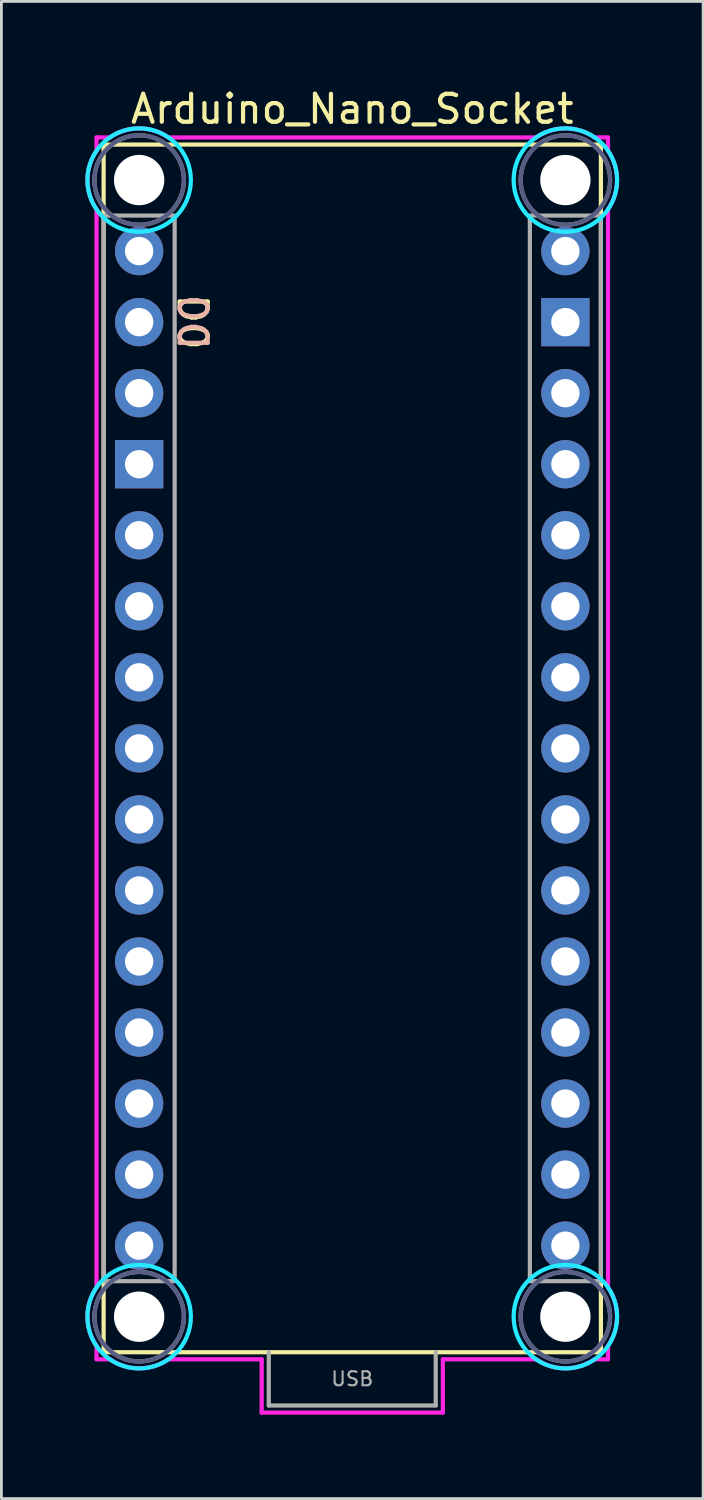
<source format=kicad_pcb>
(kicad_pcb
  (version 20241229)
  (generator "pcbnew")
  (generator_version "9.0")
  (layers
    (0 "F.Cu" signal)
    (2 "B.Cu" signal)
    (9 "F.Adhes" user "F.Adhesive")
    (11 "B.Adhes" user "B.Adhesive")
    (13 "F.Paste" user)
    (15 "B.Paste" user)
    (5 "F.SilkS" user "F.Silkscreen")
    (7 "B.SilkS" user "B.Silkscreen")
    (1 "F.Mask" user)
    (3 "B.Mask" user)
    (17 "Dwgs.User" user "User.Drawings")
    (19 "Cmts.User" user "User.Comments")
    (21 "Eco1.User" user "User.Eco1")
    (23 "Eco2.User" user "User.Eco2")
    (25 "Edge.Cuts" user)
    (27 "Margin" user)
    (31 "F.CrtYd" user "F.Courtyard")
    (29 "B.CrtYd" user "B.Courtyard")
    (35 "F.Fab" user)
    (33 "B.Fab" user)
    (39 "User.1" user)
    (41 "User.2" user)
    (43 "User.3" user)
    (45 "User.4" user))
  (footprint "Arduino_Nano_Socket"
    (layer "F.Cu")
    (at 9.545 45.298)
    (property "Reference" "Arduino_Nano_Socket" (at 0 -44.45 0) (layer "F.SilkS") (effects (font (size 1 1) (thickness 0.15))))
    (attr through_hole)
    (fp_line (start -8.89 -43.18) (end -8.89 0) (stroke (width 0.15) (type solid)) (layer "F.SilkS"))
    (fp_line (start -8.89 -43.18) (end 8.89 -43.18) (stroke (width 0.15) (type solid)) (layer "F.SilkS"))
    (fp_line (start -8.89 0) (end 8.89 0) (stroke (width 0.15) (type solid)) (layer "F.SilkS"))
    (fp_line (start 8.89 -43.18) (end 8.89 0) (stroke (width 0.15) (type solid)) (layer "F.SilkS"))
    (fp_circle (center -7.62 -41.91) (end -5.77 -41.91) (stroke (width 0.15) (type solid)) (fill no) (layer "B.CrtYd"))
    (fp_circle (center -7.62 -1.27) (end -5.77 -1.27) (stroke (width 0.15) (type solid)) (fill no) (layer "B.CrtYd"))
    (fp_circle (center 7.62 -41.91) (end 9.47 -41.91) (stroke (width 0.15) (type solid)) (fill no) (layer "B.CrtYd"))
    (fp_circle (center 7.62 -1.27) (end 9.47 -1.27) (stroke (width 0.15) (type solid)) (fill no) (layer "B.CrtYd"))
    (fp_line (start -9.144 -43.434) (end -8.661 -43.434) (stroke (width 0.15) (type solid)) (layer "F.CrtYd"))
    (fp_line (start -9.144 -42.951) (end -9.144 -43.434) (stroke (width 0.15) (type solid)) (layer "F.CrtYd"))
    (fp_line (start -9.144 -2.311) (end -9.144 -40.869) (stroke (width 0.15) (type solid)) (layer "F.CrtYd"))
    (fp_line (start -9.144 0.254) (end -9.144 -0.229) (stroke (width 0.15) (type solid)) (layer "F.CrtYd"))
    (fp_line (start -8.661 0.254) (end -9.144 0.254) (stroke (width 0.15) (type solid)) (layer "F.CrtYd"))
    (fp_line (start -6.579 -43.434) (end 6.579 -43.434) (stroke (width 0.15) (type solid)) (layer "F.CrtYd"))
    (fp_line (start -3.239 0.254) (end -6.579 0.254) (stroke (width 0.15) (type solid)) (layer "F.CrtYd"))
    (fp_line (start -3.239 0.254) (end -3.239 2.159) (stroke (width 0.15) (type solid)) (layer "F.CrtYd"))
    (fp_line (start 3.239 0.254) (end 3.239 2.159) (stroke (width 0.15) (type solid)) (layer "F.CrtYd"))
    (fp_line (start 3.239 2.159) (end -3.239 2.159) (stroke (width 0.15) (type solid)) (layer "F.CrtYd"))
    (fp_line (start 6.579 0.254) (end 3.239 0.254) (stroke (width 0.15) (type solid)) (layer "F.CrtYd"))
    (fp_line (start 8.661 -43.434) (end 9.144 -43.434) (stroke (width 0.15) (type solid)) (layer "F.CrtYd"))
    (fp_line (start 9.144 -43.434) (end 9.144 -42.951) (stroke (width 0.15) (type solid)) (layer "F.CrtYd"))
    (fp_line (start 9.144 -40.869) (end 9.144 -2.311) (stroke (width 0.15) (type solid)) (layer "F.CrtYd"))
    (fp_line (start 9.144 -0.229) (end 9.144 0.254) (stroke (width 0.15) (type solid)) (layer "F.CrtYd"))
    (fp_line (start 9.144 0.254) (end 8.661 0.254) (stroke (width 0.15) (type solid)) (layer "F.CrtYd"))
    (fp_arc (start -9.144 -40.8686) (mid -9.467363 -41.91) (end -9.144 -42.9514) (stroke (width 0.15) (type solid)) (layer "F.CrtYd"))
    (fp_arc (start -9.144 -0.2286) (mid -9.467363 -1.27) (end -9.144 -2.3114) (stroke (width 0.15) (type solid)) (layer "F.CrtYd"))
    (fp_arc (start -8.6614 -43.434) (mid -7.62 -43.757363) (end -6.5786 -43.434) (stroke (width 0.15) (type solid)) (layer "F.CrtYd"))
    (fp_arc (start -6.5786 0.254) (mid -7.62 0.577363) (end -8.6614 0.254) (stroke (width 0.15) (type solid)) (layer "F.CrtYd"))
    (fp_arc (start 6.5786 -43.434) (mid 7.62 -43.757363) (end 8.6614 -43.434) (stroke (width 0.15) (type solid)) (layer "F.CrtYd"))
    (fp_arc (start 8.6614 0.254) (mid 7.62 0.577363) (end 6.5786 0.254) (stroke (width 0.15) (type solid)) (layer "F.CrtYd"))
    (fp_arc (start 9.144 -42.9514) (mid 9.467363 -41.91) (end 9.144 -40.8686) (stroke (width 0.15) (type solid)) (layer "F.CrtYd"))
    (fp_arc (start 9.144 -2.3114) (mid 9.467363 -1.27) (end 9.144 -0.2286) (stroke (width 0.15) (type solid)) (layer "F.CrtYd"))
    (fp_circle (center -7.62 -41.91) (end -6.02 -41.91) (stroke (width 0.15) (type solid)) (fill no) (layer "B.Fab"))
    (fp_circle (center -7.62 -1.27) (end -6.02 -1.27) (stroke (width 0.15) (type solid)) (fill no) (layer "B.Fab"))
    (fp_circle (center 7.62 -41.91) (end 9.22 -41.91) (stroke (width 0.15) (type solid)) (fill no) (layer "B.Fab"))
    (fp_circle (center 7.62 -1.27) (end 9.22 -1.27) (stroke (width 0.15) (type solid)) (fill no) (layer "B.Fab"))
    (fp_line (start -2.985 1.905) (end -2.985 0) (stroke (width 0.15) (type solid)) (layer "F.Fab"))
    (fp_line (start -2.985 1.905) (end 2.985 1.905) (stroke (width 0.15) (type solid)) (layer "F.Fab"))
    (fp_line (start 2.985 1.905) (end 2.985 0) (stroke (width 0.15) (type solid)) (layer "F.Fab"))
    (fp_rect (start -8.89 -40.64) (end -6.35 -2.54) (stroke (width 0.15) (type solid)) (fill no) (layer "F.Fab"))
    (fp_rect (start 6.35 -40.64) (end 8.89 -2.54) (stroke (width 0.15) (type solid)) (fill no) (layer "F.Fab"))
    (fp_circle (center -7.62 -41.91) (end -6.02 -41.91) (stroke (width 0.15) (type solid)) (fill no) (layer "F.Fab"))
    (fp_circle (center -7.62 -1.27) (end -6.02 -1.27) (stroke (width 0.15) (type solid)) (fill no) (layer "F.Fab"))
    (fp_circle (center 7.62 -41.91) (end 9.22 -41.91) (stroke (width 0.15) (type solid)) (fill no) (layer "F.Fab"))
    (fp_circle (center 7.62 -1.27) (end 9.22 -1.27) (stroke (width 0.15) (type solid)) (fill no) (layer "F.Fab"))
    (fp_text user "D0" (at -5.715 -36.83 270) (unlocked yes) (layer "F.SilkS") (effects (font (size 1 1) (thickness 0.15))))
    (fp_text user "D0" (at -5.715 -36.83 270) (unlocked yes) (layer "B.SilkS") (effects (font (size 1 1) (thickness 0.15)) (justify mirror)))
    (fp_text user "USB" (at 0 0.953 0) (layer "F.Fab") (effects (font (size 0.5 0.5) (thickness 0.075))))
    (pad "" np_thru_hole circle (at -7.62 -41.91) (size 1.8 1.8) (drill 1.8) (layers "*.Cu" "*.Mask"))
    (pad "" np_thru_hole circle (at -7.62 -1.27) (size 1.8 1.8) (drill 1.8) (layers "*.Cu" "*.Mask"))
    (pad "" np_thru_hole circle (at 7.62 -41.91) (size 1.8 1.8) (drill 1.8) (layers "*.Cu" "*.Mask"))
    (pad "" np_thru_hole circle (at 7.62 -1.27) (size 1.8 1.8) (drill 1.8) (layers "*.Cu" "*.Mask"))
    (pad "3V3" thru_hole circle (at 7.62 -6.35) (size 1.727 1.727) (drill 1.016) (layers "*.Cu" "*.Mask"))
    (pad "5V" thru_hole circle (at 7.62 -31.75) (size 1.727 1.727) (drill 1.016) (layers "*.Cu" "*.Mask"))
    (pad "A0" thru_hole circle (at 7.62 -11.43) (size 1.727 1.727) (drill 1.016) (layers "*.Cu" "*.Mask"))
    (pad "A1" thru_hole circle (at 7.62 -13.97) (size 1.727 1.727) (drill 1.016) (layers "*.Cu" "*.Mask"))
    (pad "A2" thru_hole circle (at 7.62 -16.51) (size 1.727 1.727) (drill 1.016) (layers "*.Cu" "*.Mask"))
    (pad "A3" thru_hole circle (at 7.62 -19.05) (size 1.727 1.727) (drill 1.016) (layers "*.Cu" "*.Mask"))
    (pad "A4" thru_hole circle (at 7.62 -21.59) (size 1.727 1.727) (drill 1.016) (layers "*.Cu" "*.Mask"))
    (pad "A5" thru_hole circle (at 7.62 -24.13) (size 1.727 1.727) (drill 1.016) (layers "*.Cu" "*.Mask"))
    (pad "A6" thru_hole circle (at 7.62 -26.67) (size 1.727 1.727) (drill 1.016) (layers "*.Cu" "*.Mask"))
    (pad "A7" thru_hole circle (at 7.62 -29.21) (size 1.727 1.727) (drill 1.016) (layers "*.Cu" "*.Mask"))
    (pad "AREF" thru_hole circle (at 7.62 -8.89) (size 1.727 1.727) (drill 1.016) (layers "*.Cu" "*.Mask"))
    (pad "D0" thru_hole circle (at -7.62 -36.83) (size 1.727 1.727) (drill 1.016) (layers "*.Cu" "*.Mask"))
    (pad "D1" thru_hole circle (at -7.62 -39.37) (size 1.727 1.727) (drill 1.016) (layers "*.Cu" "*.Mask"))
    (pad "D2" thru_hole circle (at -7.62 -29.21) (size 1.727 1.727) (drill 1.016) (layers "*.Cu" "*.Mask"))
    (pad "D3" thru_hole circle (at -7.62 -26.67) (size 1.727 1.727) (drill 1.016) (layers "*.Cu" "*.Mask"))
    (pad "D4" thru_hole circle (at -7.62 -24.13) (size 1.727 1.727) (drill 1.016) (layers "*.Cu" "*.Mask"))
    (pad "D5" thru_hole circle (at -7.62 -21.59) (size 1.727 1.727) (drill 1.016) (layers "*.Cu" "*.Mask"))
    (pad "D6" thru_hole circle (at -7.62 -19.05) (size 1.727 1.727) (drill 1.016) (layers "*.Cu" "*.Mask"))
    (pad "D7" thru_hole circle (at -7.62 -16.51) (size 1.727 1.727) (drill 1.016) (layers "*.Cu" "*.Mask"))
    (pad "D8" thru_hole circle (at -7.62 -13.97) (size 1.727 1.727) (drill 1.016) (layers "*.Cu" "*.Mask"))
    (pad "D9" thru_hole circle (at -7.62 -11.43) (size 1.727 1.727) (drill 1.016) (layers "*.Cu" "*.Mask"))
    (pad "D10" thru_hole circle (at -7.62 -8.89) (size 1.727 1.727) (drill 1.016) (layers "*.Cu" "*.Mask"))
    (pad "D11" thru_hole circle (at -7.62 -6.35) (size 1.727 1.727) (drill 1.016) (layers "*.Cu" "*.Mask"))
    (pad "D12" thru_hole circle (at -7.62 -3.81) (size 1.727 1.727) (drill 1.016) (layers "*.Cu" "*.Mask"))
    (pad "D13" thru_hole circle (at 7.62 -3.81) (size 1.727 1.727) (drill 1.016) (layers "*.Cu" "*.Mask"))
    (pad "GND1" thru_hole rect (at -7.62 -31.75) (size 1.727 1.727) (drill 1.016) (layers "*.Cu" "*.Mask"))
    (pad "GND2" thru_hole rect (at 7.62 -36.83) (size 1.727 1.727) (drill 1.016) (layers "*.Cu" "*.Mask"))
    (pad "RST1" thru_hole circle (at -7.62 -34.29) (size 1.727 1.727) (drill 1.016) (layers "*.Cu" "*.Mask"))
    (pad "RST2" thru_hole circle (at 7.62 -34.29) (size 1.727 1.727) (drill 1.016) (layers "*.Cu" "*.Mask"))
    (pad "VIN" thru_hole circle (at 7.62 -39.37) (size 1.727 1.727) (drill 1.016) (layers "*.Cu" "*.Mask")))
  (gr_rect
    (start -3 -3)
    (end 22.09 50.532)
    (stroke (width 0.1) (type default))
    (fill no)
    (layer "Edge.Cuts")))
</source>
